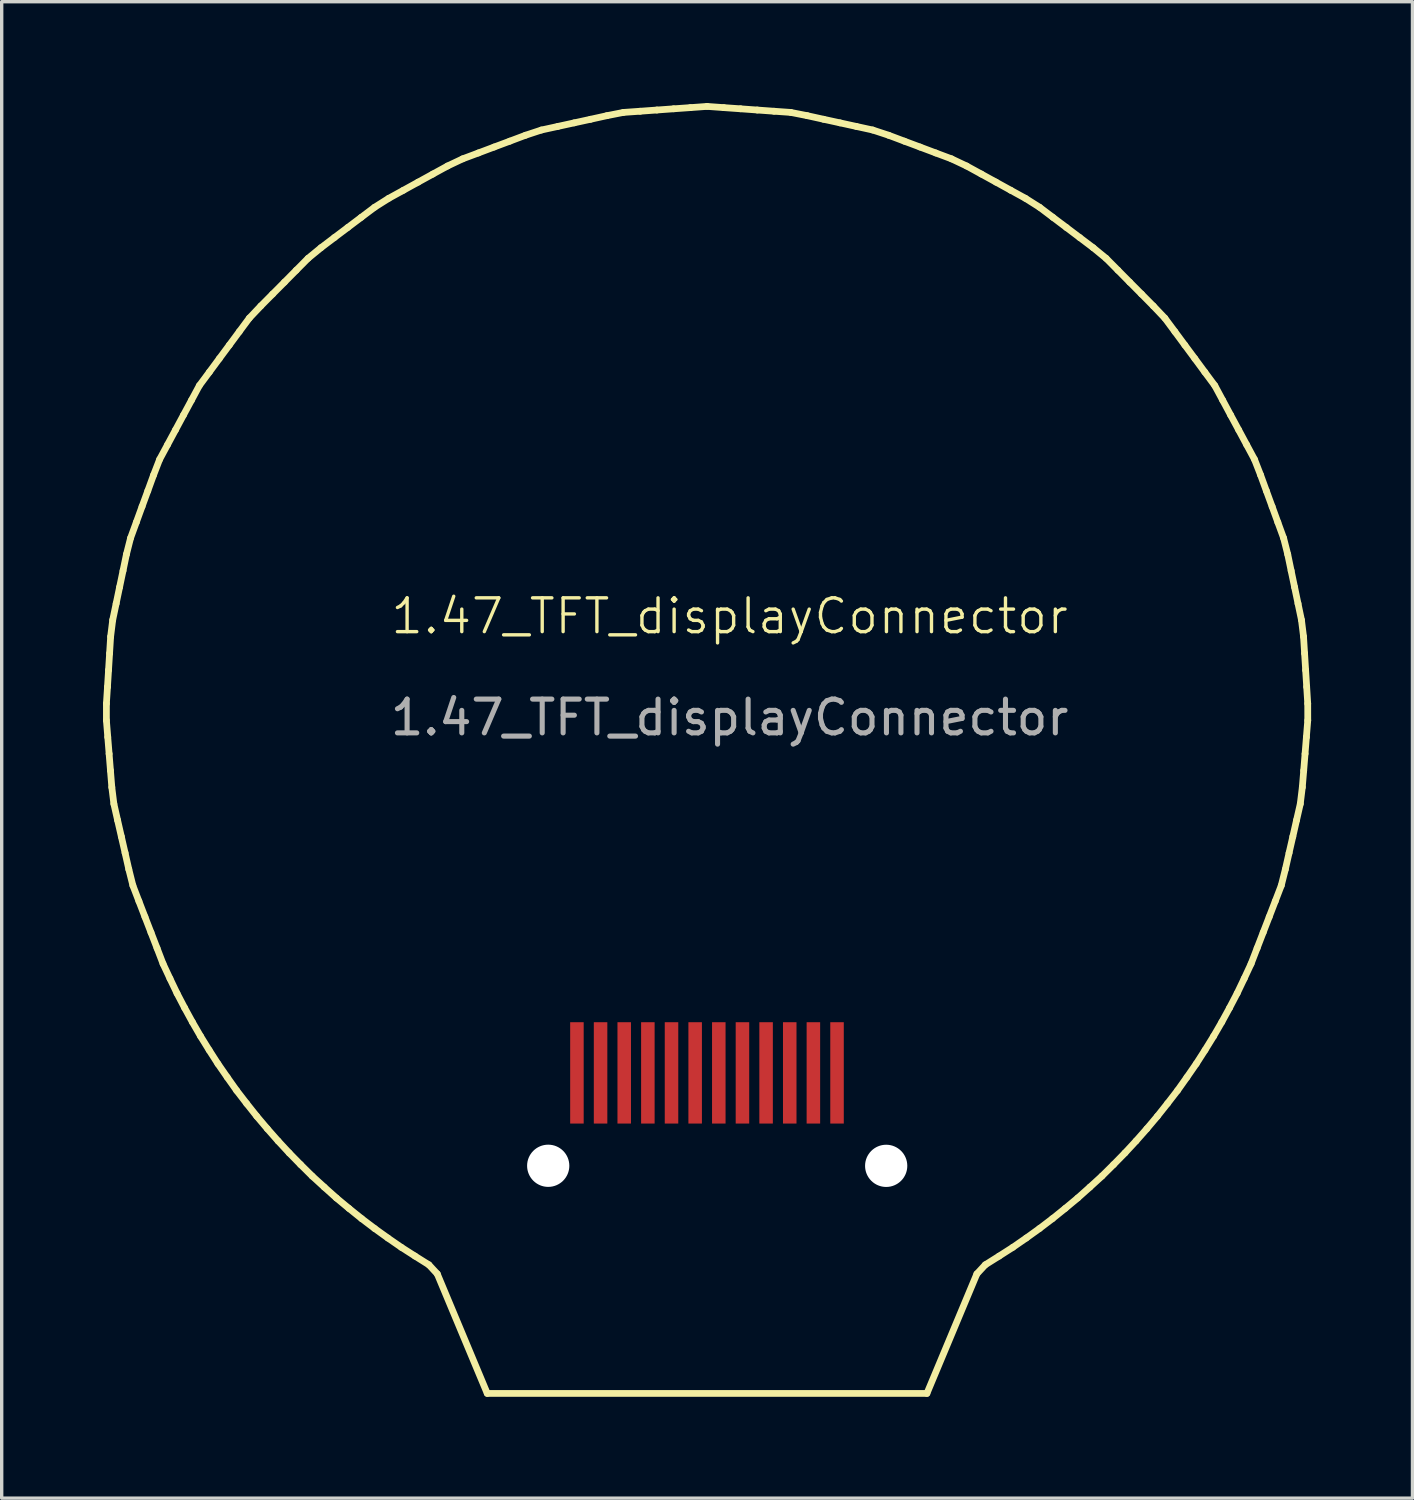
<source format=kicad_pcb>
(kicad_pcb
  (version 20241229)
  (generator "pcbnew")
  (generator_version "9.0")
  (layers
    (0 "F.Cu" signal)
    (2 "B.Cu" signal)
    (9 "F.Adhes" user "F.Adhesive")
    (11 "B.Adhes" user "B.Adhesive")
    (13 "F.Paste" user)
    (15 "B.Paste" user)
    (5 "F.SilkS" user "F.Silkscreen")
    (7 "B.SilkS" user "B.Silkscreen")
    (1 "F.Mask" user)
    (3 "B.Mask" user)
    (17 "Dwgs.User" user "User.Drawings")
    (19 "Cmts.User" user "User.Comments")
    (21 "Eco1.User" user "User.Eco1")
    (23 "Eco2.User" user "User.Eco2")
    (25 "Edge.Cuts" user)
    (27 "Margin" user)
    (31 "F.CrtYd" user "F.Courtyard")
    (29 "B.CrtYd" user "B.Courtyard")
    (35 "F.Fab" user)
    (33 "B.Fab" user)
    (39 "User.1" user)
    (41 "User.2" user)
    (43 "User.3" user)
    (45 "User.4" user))
  (footprint "1.47_TFT_displayConnector"
    (layer "F.Cu")
    (at 18.029 28.711)
    (property "Reference" "1.47_TFT_displayConnector" (at 0.52 -13.52 0) (unlocked yes) (layer "F.SilkS") (effects (font (size 1 1) (thickness 0.1))))
    (attr smd)
    (fp_line (start -17.929 -10.436) (end -17.929 -10.932) (stroke (width 0.2) (type solid)) (layer "F.SilkS"))
    (fp_line (start -17.929 -10.932) (end -17.897 -11.428) (stroke (width 0.2) (type solid)) (layer "F.SilkS"))
    (fp_line (start -17.897 -11.428) (end -17.866 -11.923) (stroke (width 0.2) (type solid)) (layer "F.SilkS"))
    (fp_line (start -17.889 -9.941) (end -17.929 -10.436) (stroke (width 0.2) (type solid)) (layer "F.SilkS"))
    (fp_line (start -17.866 -11.923) (end -17.835 -12.419) (stroke (width 0.2) (type solid)) (layer "F.SilkS"))
    (fp_line (start -17.849 -9.446) (end -17.889 -9.941) (stroke (width 0.2) (type solid)) (layer "F.SilkS"))
    (fp_line (start -17.835 -12.419) (end -17.804 -12.915) (stroke (width 0.2) (type solid)) (layer "F.SilkS"))
    (fp_line (start -17.809 -8.951) (end -17.849 -9.446) (stroke (width 0.2) (type solid)) (layer "F.SilkS"))
    (fp_line (start -17.804 -12.915) (end -17.743 -13.406) (stroke (width 0.2) (type solid)) (layer "F.SilkS"))
    (fp_line (start -17.769 -8.456) (end -17.809 -8.951) (stroke (width 0.2) (type solid)) (layer "F.SilkS"))
    (fp_line (start -17.743 -13.406) (end -17.641 -13.892) (stroke (width 0.2) (type solid)) (layer "F.SilkS"))
    (fp_line (start -17.708 -7.964) (end -17.769 -8.456) (stroke (width 0.2) (type solid)) (layer "F.SilkS"))
    (fp_line (start -17.641 -13.892) (end -17.539 -14.379) (stroke (width 0.2) (type solid)) (layer "F.SilkS"))
    (fp_line (start -17.598 -7.48) (end -17.708 -7.964) (stroke (width 0.2) (type solid)) (layer "F.SilkS"))
    (fp_line (start -17.539 -14.379) (end -17.437 -14.865) (stroke (width 0.2) (type solid)) (layer "F.SilkS"))
    (fp_line (start -17.487 -6.996) (end -17.598 -7.48) (stroke (width 0.2) (type solid)) (layer "F.SilkS"))
    (fp_line (start -17.437 -14.865) (end -17.336 -15.351) (stroke (width 0.2) (type solid)) (layer "F.SilkS"))
    (fp_line (start -17.376 -6.512) (end -17.487 -6.996) (stroke (width 0.2) (type solid)) (layer "F.SilkS"))
    (fp_line (start -17.336 -15.351) (end -17.214 -15.832) (stroke (width 0.2) (type solid)) (layer "F.SilkS"))
    (fp_line (start -17.266 -6.027) (end -17.376 -6.512) (stroke (width 0.2) (type solid)) (layer "F.SilkS"))
    (fp_line (start -17.214 -15.832) (end -17.044 -16.298) (stroke (width 0.2) (type solid)) (layer "F.SilkS"))
    (fp_line (start -17.145 -5.546) (end -17.266 -6.027) (stroke (width 0.2) (type solid)) (layer "F.SilkS"))
    (fp_line (start -17.044 -16.298) (end -16.874 -16.765) (stroke (width 0.2) (type solid)) (layer "F.SilkS"))
    (fp_line (start -16.967 -5.083) (end -17.145 -5.546) (stroke (width 0.2) (type solid)) (layer "F.SilkS"))
    (fp_line (start -16.874 -16.765) (end -16.703 -17.231) (stroke (width 0.2) (type solid)) (layer "F.SilkS"))
    (fp_line (start -16.788 -4.619) (end -16.967 -5.083) (stroke (width 0.2) (type solid)) (layer "F.SilkS"))
    (fp_line (start -16.703 -17.231) (end -16.533 -17.698) (stroke (width 0.2) (type solid)) (layer "F.SilkS"))
    (fp_line (start -16.609 -4.156) (end -16.788 -4.619) (stroke (width 0.2) (type solid)) (layer "F.SilkS"))
    (fp_line (start -16.533 -17.698) (end -16.354 -18.16) (stroke (width 0.2) (type solid)) (layer "F.SilkS"))
    (fp_line (start -16.43 -3.693) (end -16.609 -4.156) (stroke (width 0.2) (type solid)) (layer "F.SilkS"))
    (fp_line (start -16.354 -18.16) (end -16.118 -18.598) (stroke (width 0.2) (type solid)) (layer "F.SilkS"))
    (fp_line (start -16.252 -3.229) (end -16.43 -3.693) (stroke (width 0.2) (type solid)) (layer "F.SilkS"))
    (fp_line (start -16.118 -18.598) (end -15.883 -19.035) (stroke (width 0.2) (type solid)) (layer "F.SilkS"))
    (fp_line (start -16.047 -2.791) (end -16.252 -3.229) (stroke (width 0.2) (type solid)) (layer "F.SilkS"))
    (fp_line (start -15.883 -19.035) (end -15.648 -19.472) (stroke (width 0.2) (type solid)) (layer "F.SilkS"))
    (fp_line (start -15.839 -2.356) (end -16.047 -2.791) (stroke (width 0.2) (type solid)) (layer "F.SilkS"))
    (fp_line (start -15.648 -19.472) (end -15.412 -19.91) (stroke (width 0.2) (type solid)) (layer "F.SilkS"))
    (fp_line (start -15.615 -1.927) (end -15.839 -2.356) (stroke (width 0.2) (type solid)) (layer "F.SilkS"))
    (fp_line (start -15.412 -19.91) (end -15.177 -20.347) (stroke (width 0.2) (type solid)) (layer "F.SilkS"))
    (fp_line (start -15.384 -1.504) (end -15.615 -1.927) (stroke (width 0.2) (type solid)) (layer "F.SilkS"))
    (fp_line (start -15.177 -20.347) (end -14.881 -20.746) (stroke (width 0.2) (type solid)) (layer "F.SilkS"))
    (fp_line (start -15.142 -1.085) (end -15.384 -1.504) (stroke (width 0.2) (type solid)) (layer "F.SilkS"))
    (fp_line (start -14.888 -0.675) (end -15.142 -1.085) (stroke (width 0.2) (type solid)) (layer "F.SilkS"))
    (fp_line (start -14.881 -20.746) (end -14.586 -21.146) (stroke (width 0.2) (type solid)) (layer "F.SilkS"))
    (fp_line (start -14.627 -0.268) (end -14.888 -0.675) (stroke (width 0.2) (type solid)) (layer "F.SilkS"))
    (fp_line (start -14.586 -21.146) (end -14.29 -21.545) (stroke (width 0.2) (type solid)) (layer "F.SilkS"))
    (fp_line (start -14.352 0.129) (end -14.627 -0.268) (stroke (width 0.2) (type solid)) (layer "F.SilkS"))
    (fp_line (start -14.29 -21.545) (end -13.995 -21.944) (stroke (width 0.2) (type solid)) (layer "F.SilkS"))
    (fp_line (start -14.073 0.523) (end -14.352 0.129) (stroke (width 0.2) (type solid)) (layer "F.SilkS"))
    (fp_line (start -13.995 -21.944) (end -13.699 -22.343) (stroke (width 0.2) (type solid)) (layer "F.SilkS"))
    (fp_line (start -13.778 0.906) (end -14.073 0.523) (stroke (width 0.2) (type solid)) (layer "F.SilkS"))
    (fp_line (start -13.699 -22.343) (end -13.358 -22.703) (stroke (width 0.2) (type solid)) (layer "F.SilkS"))
    (fp_line (start -13.478 1.284) (end -13.778 0.906) (stroke (width 0.2) (type solid)) (layer "F.SilkS"))
    (fp_line (start -13.358 -22.703) (end -13.008 -23.056) (stroke (width 0.2) (type solid)) (layer "F.SilkS"))
    (fp_line (start -13.166 1.653) (end -13.478 1.284) (stroke (width 0.2) (type solid)) (layer "F.SilkS"))
    (fp_line (start -13.008 -23.056) (end -12.658 -23.408) (stroke (width 0.2) (type solid)) (layer "F.SilkS"))
    (fp_line (start -12.846 2.016) (end -13.166 1.653) (stroke (width 0.2) (type solid)) (layer "F.SilkS"))
    (fp_line (start -12.658 -23.408) (end -12.309 -23.761) (stroke (width 0.2) (type solid)) (layer "F.SilkS"))
    (fp_line (start -12.518 2.37) (end -12.846 2.016) (stroke (width 0.2) (type solid)) (layer "F.SilkS"))
    (fp_line (start -12.309 -23.761) (end -11.959 -24.114) (stroke (width 0.2) (type solid)) (layer "F.SilkS"))
    (fp_line (start -12.18 2.715) (end -12.518 2.37) (stroke (width 0.2) (type solid)) (layer "F.SilkS"))
    (fp_line (start -11.959 -24.114) (end -11.576 -24.428) (stroke (width 0.2) (type solid)) (layer "F.SilkS"))
    (fp_line (start -11.837 3.055) (end -12.18 2.715) (stroke (width 0.2) (type solid)) (layer "F.SilkS"))
    (fp_line (start -11.576 -24.428) (end -11.18 -24.728) (stroke (width 0.2) (type solid)) (layer "F.SilkS"))
    (fp_line (start -11.48 3.381) (end -11.837 3.055) (stroke (width 0.2) (type solid)) (layer "F.SilkS"))
    (fp_line (start -11.18 -24.728) (end -10.783 -25.027) (stroke (width 0.2) (type solid)) (layer "F.SilkS"))
    (fp_line (start -11.121 3.703) (end -11.48 3.381) (stroke (width 0.2) (type solid)) (layer "F.SilkS"))
    (fp_line (start -10.783 -25.027) (end -10.387 -25.326) (stroke (width 0.2) (type solid)) (layer "F.SilkS"))
    (fp_line (start -10.749 4.012) (end -11.121 3.703) (stroke (width 0.2) (type solid)) (layer "F.SilkS"))
    (fp_line (start -10.387 -25.326) (end -9.99 -25.625) (stroke (width 0.2) (type solid)) (layer "F.SilkS"))
    (fp_line (start -10.373 4.315) (end -10.749 4.012) (stroke (width 0.2) (type solid)) (layer "F.SilkS"))
    (fp_line (start -9.99 -25.625) (end -9.571 -25.89) (stroke (width 0.2) (type solid)) (layer "F.SilkS"))
    (fp_line (start -9.988 4.607) (end -10.373 4.315) (stroke (width 0.2) (type solid)) (layer "F.SilkS"))
    (fp_line (start -9.596 4.889) (end -9.988 4.607) (stroke (width 0.2) (type solid)) (layer "F.SilkS"))
    (fp_line (start -9.571 -25.89) (end -9.136 -26.129) (stroke (width 0.2) (type solid)) (layer "F.SilkS"))
    (fp_line (start -9.198 5.164) (end -9.596 4.889) (stroke (width 0.2) (type solid)) (layer "F.SilkS"))
    (fp_line (start -9.136 -26.129) (end -8.701 -26.369) (stroke (width 0.2) (type solid)) (layer "F.SilkS"))
    (fp_line (start -8.792 5.424) (end -9.198 5.164) (stroke (width 0.2) (type solid)) (layer "F.SilkS"))
    (fp_line (start -8.701 -26.369) (end -8.266 -26.608) (stroke (width 0.2) (type solid)) (layer "F.SilkS"))
    (fp_line (start -8.383 5.681) (end -8.792 5.424) (stroke (width 0.2) (type solid)) (layer "F.SilkS"))
    (fp_line (start -8.266 -26.608) (end -7.83 -26.847) (stroke (width 0.2) (type solid)) (layer "F.SilkS"))
    (fp_line (start -8.134 5.95) (end -8.383 5.681) (stroke (width 0.2) (type solid)) (layer "F.SilkS"))
    (fp_line (start -7.83 -26.847) (end -7.382 -27.059) (stroke (width 0.2) (type solid)) (layer "F.SilkS"))
    (fp_line (start -7.382 -27.059) (end -6.917 -27.233) (stroke (width 0.2) (type solid)) (layer "F.SilkS"))
    (fp_line (start -6.917 -27.233) (end -6.452 -27.408) (stroke (width 0.2) (type solid)) (layer "F.SilkS"))
    (fp_line (start -6.655 9.489) (end -8.134 5.95) (stroke (width 0.2) (type solid)) (layer "F.SilkS"))
    (fp_line (start -6.452 -27.408) (end -5.987 -27.582) (stroke (width 0.2) (type solid)) (layer "F.SilkS"))
    (fp_line (start -5.987 -27.582) (end -5.522 -27.757) (stroke (width 0.2) (type solid)) (layer "F.SilkS"))
    (fp_line (start -5.522 -27.757) (end -5.052 -27.912) (stroke (width 0.2) (type solid)) (layer "F.SilkS"))
    (fp_line (start -5.052 -27.912) (end -4.566 -28.018) (stroke (width 0.2) (type solid)) (layer "F.SilkS"))
    (fp_line (start -4.566 -28.018) (end -4.081 -28.124) (stroke (width 0.2) (type solid)) (layer "F.SilkS"))
    (fp_line (start -4.081 -28.124) (end -3.596 -28.23) (stroke (width 0.2) (type solid)) (layer "F.SilkS"))
    (fp_line (start -3.596 -28.23) (end -3.111 -28.337) (stroke (width 0.2) (type solid)) (layer "F.SilkS"))
    (fp_line (start -3.111 -28.337) (end -2.624 -28.433) (stroke (width 0.2) (type solid)) (layer "F.SilkS"))
    (fp_line (start -2.624 -28.433) (end -2.129 -28.468) (stroke (width 0.2) (type solid)) (layer "F.SilkS"))
    (fp_line (start -2.129 -28.468) (end -1.633 -28.504) (stroke (width 0.2) (type solid)) (layer "F.SilkS"))
    (fp_line (start -1.633 -28.504) (end -1.138 -28.54) (stroke (width 0.2) (type solid)) (layer "F.SilkS"))
    (fp_line (start -1.138 -28.54) (end -0.642 -28.575) (stroke (width 0.2) (type solid)) (layer "F.SilkS"))
    (fp_line (start -0.642 -28.575) (end -0.147 -28.611) (stroke (width 0.2) (type solid)) (layer "F.SilkS"))
    (fp_line (start -0.147 -28.611) (end 0.348 -28.575) (stroke (width 0.2) (type solid)) (layer "F.SilkS"))
    (fp_line (start 0.348 -28.575) (end 0.844 -28.54) (stroke (width 0.2) (type solid)) (layer "F.SilkS"))
    (fp_line (start 0.844 -28.54) (end 1.339 -28.504) (stroke (width 0.2) (type solid)) (layer "F.SilkS"))
    (fp_line (start 1.339 -28.504) (end 1.835 -28.468) (stroke (width 0.2) (type solid)) (layer "F.SilkS"))
    (fp_line (start 1.835 -28.468) (end 2.33 -28.433) (stroke (width 0.2) (type solid)) (layer "F.SilkS"))
    (fp_line (start 2.33 -28.433) (end 2.817 -28.337) (stroke (width 0.2) (type solid)) (layer "F.SilkS"))
    (fp_line (start 2.817 -28.337) (end 3.302 -28.23) (stroke (width 0.2) (type solid)) (layer "F.SilkS"))
    (fp_line (start 3.302 -28.23) (end 3.787 -28.124) (stroke (width 0.2) (type solid)) (layer "F.SilkS"))
    (fp_line (start 3.787 -28.124) (end 4.272 -28.018) (stroke (width 0.2) (type solid)) (layer "F.SilkS"))
    (fp_line (start 4.272 -28.018) (end 4.757 -27.912) (stroke (width 0.2) (type solid)) (layer "F.SilkS"))
    (fp_line (start 4.757 -27.912) (end 5.228 -27.757) (stroke (width 0.2) (type solid)) (layer "F.SilkS"))
    (fp_line (start 5.228 -27.757) (end 5.693 -27.582) (stroke (width 0.2) (type solid)) (layer "F.SilkS"))
    (fp_line (start 5.693 -27.582) (end 6.158 -27.408) (stroke (width 0.2) (type solid)) (layer "F.SilkS"))
    (fp_line (start 6.158 -27.408) (end 6.623 -27.233) (stroke (width 0.2) (type solid)) (layer "F.SilkS"))
    (fp_line (start 6.361 9.489) (end -6.655 9.489) (stroke (width 0.2) (type solid)) (layer "F.SilkS"))
    (fp_line (start 6.623 -27.233) (end 7.088 -27.059) (stroke (width 0.2) (type solid)) (layer "F.SilkS"))
    (fp_line (start 7.088 -27.059) (end 7.536 -26.847) (stroke (width 0.2) (type solid)) (layer "F.SilkS"))
    (fp_line (start 7.536 -26.847) (end 7.972 -26.608) (stroke (width 0.2) (type solid)) (layer "F.SilkS"))
    (fp_line (start 7.84 5.95) (end 6.361 9.489) (stroke (width 0.2) (type solid)) (layer "F.SilkS"))
    (fp_line (start 7.972 -26.608) (end 8.407 -26.369) (stroke (width 0.2) (type solid)) (layer "F.SilkS"))
    (fp_line (start 8.089 5.681) (end 7.84 5.95) (stroke (width 0.2) (type solid)) (layer "F.SilkS"))
    (fp_line (start 8.407 -26.369) (end 8.842 -26.129) (stroke (width 0.2) (type solid)) (layer "F.SilkS"))
    (fp_line (start 8.498 5.424) (end 8.089 5.681) (stroke (width 0.2) (type solid)) (layer "F.SilkS"))
    (fp_line (start 8.842 -26.129) (end 9.277 -25.89) (stroke (width 0.2) (type solid)) (layer "F.SilkS"))
    (fp_line (start 8.904 5.164) (end 8.498 5.424) (stroke (width 0.2) (type solid)) (layer "F.SilkS"))
    (fp_line (start 9.277 -25.89) (end 9.696 -25.625) (stroke (width 0.2) (type solid)) (layer "F.SilkS"))
    (fp_line (start 9.302 4.889) (end 8.904 5.164) (stroke (width 0.2) (type solid)) (layer "F.SilkS"))
    (fp_line (start 9.694 4.607) (end 9.302 4.889) (stroke (width 0.2) (type solid)) (layer "F.SilkS"))
    (fp_line (start 9.696 -25.625) (end 10.092 -25.326) (stroke (width 0.2) (type solid)) (layer "F.SilkS"))
    (fp_line (start 10.078 4.315) (end 9.694 4.607) (stroke (width 0.2) (type solid)) (layer "F.SilkS"))
    (fp_line (start 10.092 -25.326) (end 10.489 -25.027) (stroke (width 0.2) (type solid)) (layer "F.SilkS"))
    (fp_line (start 10.455 4.012) (end 10.078 4.315) (stroke (width 0.2) (type solid)) (layer "F.SilkS"))
    (fp_line (start 10.489 -25.027) (end 10.885 -24.728) (stroke (width 0.2) (type solid)) (layer "F.SilkS"))
    (fp_line (start 10.826 3.703) (end 10.455 4.012) (stroke (width 0.2) (type solid)) (layer "F.SilkS"))
    (fp_line (start 10.885 -24.728) (end 11.282 -24.428) (stroke (width 0.2) (type solid)) (layer "F.SilkS"))
    (fp_line (start 11.186 3.381) (end 10.826 3.703) (stroke (width 0.2) (type solid)) (layer "F.SilkS"))
    (fp_line (start 11.282 -24.428) (end 11.665 -24.114) (stroke (width 0.2) (type solid)) (layer "F.SilkS"))
    (fp_line (start 11.543 3.055) (end 11.186 3.381) (stroke (width 0.2) (type solid)) (layer "F.SilkS"))
    (fp_line (start 11.665 -24.114) (end 12.015 -23.761) (stroke (width 0.2) (type solid)) (layer "F.SilkS"))
    (fp_line (start 11.886 2.715) (end 11.543 3.055) (stroke (width 0.2) (type solid)) (layer "F.SilkS"))
    (fp_line (start 12.015 -23.761) (end 12.364 -23.408) (stroke (width 0.2) (type solid)) (layer "F.SilkS"))
    (fp_line (start 12.224 2.37) (end 11.886 2.715) (stroke (width 0.2) (type solid)) (layer "F.SilkS"))
    (fp_line (start 12.364 -23.408) (end 12.714 -23.056) (stroke (width 0.2) (type solid)) (layer "F.SilkS"))
    (fp_line (start 12.552 2.016) (end 12.224 2.37) (stroke (width 0.2) (type solid)) (layer "F.SilkS"))
    (fp_line (start 12.714 -23.056) (end 13.063 -22.703) (stroke (width 0.2) (type solid)) (layer "F.SilkS"))
    (fp_line (start 12.872 1.653) (end 12.552 2.016) (stroke (width 0.2) (type solid)) (layer "F.SilkS"))
    (fp_line (start 13.063 -22.703) (end 13.405 -22.343) (stroke (width 0.2) (type solid)) (layer "F.SilkS"))
    (fp_line (start 13.183 1.284) (end 12.872 1.653) (stroke (width 0.2) (type solid)) (layer "F.SilkS"))
    (fp_line (start 13.405 -22.343) (end 13.701 -21.944) (stroke (width 0.2) (type solid)) (layer "F.SilkS"))
    (fp_line (start 13.483 0.906) (end 13.183 1.284) (stroke (width 0.2) (type solid)) (layer "F.SilkS"))
    (fp_line (start 13.701 -21.944) (end 13.996 -21.545) (stroke (width 0.2) (type solid)) (layer "F.SilkS"))
    (fp_line (start 13.779 0.523) (end 13.483 0.906) (stroke (width 0.2) (type solid)) (layer "F.SilkS"))
    (fp_line (start 13.996 -21.545) (end 14.292 -21.146) (stroke (width 0.2) (type solid)) (layer "F.SilkS"))
    (fp_line (start 14.058 0.129) (end 13.779 0.523) (stroke (width 0.2) (type solid)) (layer "F.SilkS"))
    (fp_line (start 14.292 -21.146) (end 14.587 -20.746) (stroke (width 0.2) (type solid)) (layer "F.SilkS"))
    (fp_line (start 14.333 -0.268) (end 14.058 0.129) (stroke (width 0.2) (type solid)) (layer "F.SilkS"))
    (fp_line (start 14.587 -20.746) (end 14.883 -20.347) (stroke (width 0.2) (type solid)) (layer "F.SilkS"))
    (fp_line (start 14.594 -0.675) (end 14.333 -0.268) (stroke (width 0.2) (type solid)) (layer "F.SilkS"))
    (fp_line (start 14.847 -1.085) (end 14.594 -0.675) (stroke (width 0.2) (type solid)) (layer "F.SilkS"))
    (fp_line (start 14.883 -20.347) (end 15.118 -19.91) (stroke (width 0.2) (type solid)) (layer "F.SilkS"))
    (fp_line (start 15.09 -1.504) (end 14.847 -1.085) (stroke (width 0.2) (type solid)) (layer "F.SilkS"))
    (fp_line (start 15.118 -19.91) (end 15.353 -19.472) (stroke (width 0.2) (type solid)) (layer "F.SilkS"))
    (fp_line (start 15.321 -1.927) (end 15.09 -1.504) (stroke (width 0.2) (type solid)) (layer "F.SilkS"))
    (fp_line (start 15.353 -19.472) (end 15.589 -19.035) (stroke (width 0.2) (type solid)) (layer "F.SilkS"))
    (fp_line (start 15.545 -2.356) (end 15.321 -1.927) (stroke (width 0.2) (type solid)) (layer "F.SilkS"))
    (fp_line (start 15.589 -19.035) (end 15.824 -18.598) (stroke (width 0.2) (type solid)) (layer "F.SilkS"))
    (fp_line (start 15.753 -2.791) (end 15.545 -2.356) (stroke (width 0.2) (type solid)) (layer "F.SilkS"))
    (fp_line (start 15.824 -18.598) (end 16.059 -18.16) (stroke (width 0.2) (type solid)) (layer "F.SilkS"))
    (fp_line (start 15.957 -3.229) (end 15.753 -2.791) (stroke (width 0.2) (type solid)) (layer "F.SilkS"))
    (fp_line (start 16.059 -18.16) (end 16.239 -17.698) (stroke (width 0.2) (type solid)) (layer "F.SilkS"))
    (fp_line (start 16.136 -3.693) (end 15.957 -3.229) (stroke (width 0.2) (type solid)) (layer "F.SilkS"))
    (fp_line (start 16.239 -17.698) (end 16.409 -17.231) (stroke (width 0.2) (type solid)) (layer "F.SilkS"))
    (fp_line (start 16.315 -4.156) (end 16.136 -3.693) (stroke (width 0.2) (type solid)) (layer "F.SilkS"))
    (fp_line (start 16.409 -17.231) (end 16.58 -16.765) (stroke (width 0.2) (type solid)) (layer "F.SilkS"))
    (fp_line (start 16.494 -4.619) (end 16.315 -4.156) (stroke (width 0.2) (type solid)) (layer "F.SilkS"))
    (fp_line (start 16.58 -16.765) (end 16.75 -16.298) (stroke (width 0.2) (type solid)) (layer "F.SilkS"))
    (fp_line (start 16.673 -5.083) (end 16.494 -4.619) (stroke (width 0.2) (type solid)) (layer "F.SilkS"))
    (fp_line (start 16.75 -16.298) (end 16.92 -15.832) (stroke (width 0.2) (type solid)) (layer "F.SilkS"))
    (fp_line (start 16.851 -5.546) (end 16.673 -5.083) (stroke (width 0.2) (type solid)) (layer "F.SilkS"))
    (fp_line (start 16.92 -15.832) (end 17.042 -15.351) (stroke (width 0.2) (type solid)) (layer "F.SilkS"))
    (fp_line (start 16.972 -6.027) (end 16.851 -5.546) (stroke (width 0.2) (type solid)) (layer "F.SilkS"))
    (fp_line (start 17.042 -15.351) (end 17.143 -14.865) (stroke (width 0.2) (type solid)) (layer "F.SilkS"))
    (fp_line (start 17.082 -6.512) (end 16.972 -6.027) (stroke (width 0.2) (type solid)) (layer "F.SilkS"))
    (fp_line (start 17.143 -14.865) (end 17.245 -14.379) (stroke (width 0.2) (type solid)) (layer "F.SilkS"))
    (fp_line (start 17.193 -6.996) (end 17.082 -6.512) (stroke (width 0.2) (type solid)) (layer "F.SilkS"))
    (fp_line (start 17.245 -14.379) (end 17.347 -13.892) (stroke (width 0.2) (type solid)) (layer "F.SilkS"))
    (fp_line (start 17.303 -7.48) (end 17.193 -6.996) (stroke (width 0.2) (type solid)) (layer "F.SilkS"))
    (fp_line (start 17.347 -13.892) (end 17.449 -13.406) (stroke (width 0.2) (type solid)) (layer "F.SilkS"))
    (fp_line (start 17.414 -7.964) (end 17.303 -7.48) (stroke (width 0.2) (type solid)) (layer "F.SilkS"))
    (fp_line (start 17.449 -13.406) (end 17.51 -12.915) (stroke (width 0.2) (type solid)) (layer "F.SilkS"))
    (fp_line (start 17.474 -8.456) (end 17.414 -7.964) (stroke (width 0.2) (type solid)) (layer "F.SilkS"))
    (fp_line (start 17.51 -12.915) (end 17.541 -12.419) (stroke (width 0.2) (type solid)) (layer "F.SilkS"))
    (fp_line (start 17.515 -8.951) (end 17.474 -8.456) (stroke (width 0.2) (type solid)) (layer "F.SilkS"))
    (fp_line (start 17.541 -12.419) (end 17.572 -11.923) (stroke (width 0.2) (type solid)) (layer "F.SilkS"))
    (fp_line (start 17.555 -9.446) (end 17.515 -8.951) (stroke (width 0.2) (type solid)) (layer "F.SilkS"))
    (fp_line (start 17.572 -11.923) (end 17.603 -11.428) (stroke (width 0.2) (type solid)) (layer "F.SilkS"))
    (fp_line (start 17.595 -9.941) (end 17.555 -9.446) (stroke (width 0.2) (type solid)) (layer "F.SilkS"))
    (fp_line (start 17.603 -11.428) (end 17.634 -10.932) (stroke (width 0.2) (type solid)) (layer "F.SilkS"))
    (fp_line (start 17.634 -10.932) (end 17.635 -10.436) (stroke (width 0.2) (type solid)) (layer "F.SilkS"))
    (fp_line (start 17.635 -10.436) (end 17.595 -9.941) (stroke (width 0.2) (type solid)) (layer "F.SilkS"))
    (fp_text user "${REFERENCE}" (at 0.52 -10.52 0) (unlocked yes) (layer "F.Fab") (effects (font (size 1 1) (thickness 0.15))))
    (pad "" np_thru_hole circle (at -4.85 2.75) (size 1.25 1.25) (drill 1.25) (layers "*.Cu" "*.Mask"))
    (pad "" np_thru_hole circle (at 5.155 2.752) (size 1.25 1.25) (drill 1.25) (layers "*.Cu" "*.Mask"))
    (pad "1" smd rect (at 3.7 0) (size 0.4 3) (layers "F.Cu" "F.Mask" "F.Paste"))
    (pad "2" smd rect (at 3 0) (size 0.4 3) (layers "F.Cu" "F.Mask" "F.Paste"))
    (pad "3" smd rect (at 2.3 0) (size 0.4 3) (layers "F.Cu" "F.Mask" "F.Paste"))
    (pad "4" smd rect (at 1.6 0) (size 0.4 3) (layers "F.Cu" "F.Mask" "F.Paste"))
    (pad "5" smd rect (at 0.9 0) (size 0.4 3) (layers "F.Cu" "F.Mask" "F.Paste"))
    (pad "6" smd rect (at 0.2 0) (size 0.4 3) (layers "F.Cu" "F.Mask" "F.Paste"))
    (pad "7" smd rect (at -0.5 0) (size 0.4 3) (layers "F.Cu" "F.Mask" "F.Paste"))
    (pad "8" smd rect (at -1.2 0) (size 0.4 3) (layers "F.Cu" "F.Mask" "F.Paste"))
    (pad "9" smd rect (at -1.9 0) (size 0.4 3) (layers "F.Cu" "F.Mask" "F.Paste"))
    (pad "10" smd rect (at -2.6 0) (size 0.4 3) (layers "F.Cu" "F.Mask" "F.Paste"))
    (pad "11" smd rect (at -3.3 0) (size 0.4 3) (layers "F.Cu" "F.Mask" "F.Paste"))
    (pad "12" smd rect (at -4 0) (size 0.4 3) (layers "F.Cu" "F.Mask" "F.Paste")))
  (gr_rect
    (start -3 -3)
    (end 38.764 41.3)
    (stroke (width 0.1) (type default))
    (fill no)
    (layer "Edge.Cuts")))
</source>
